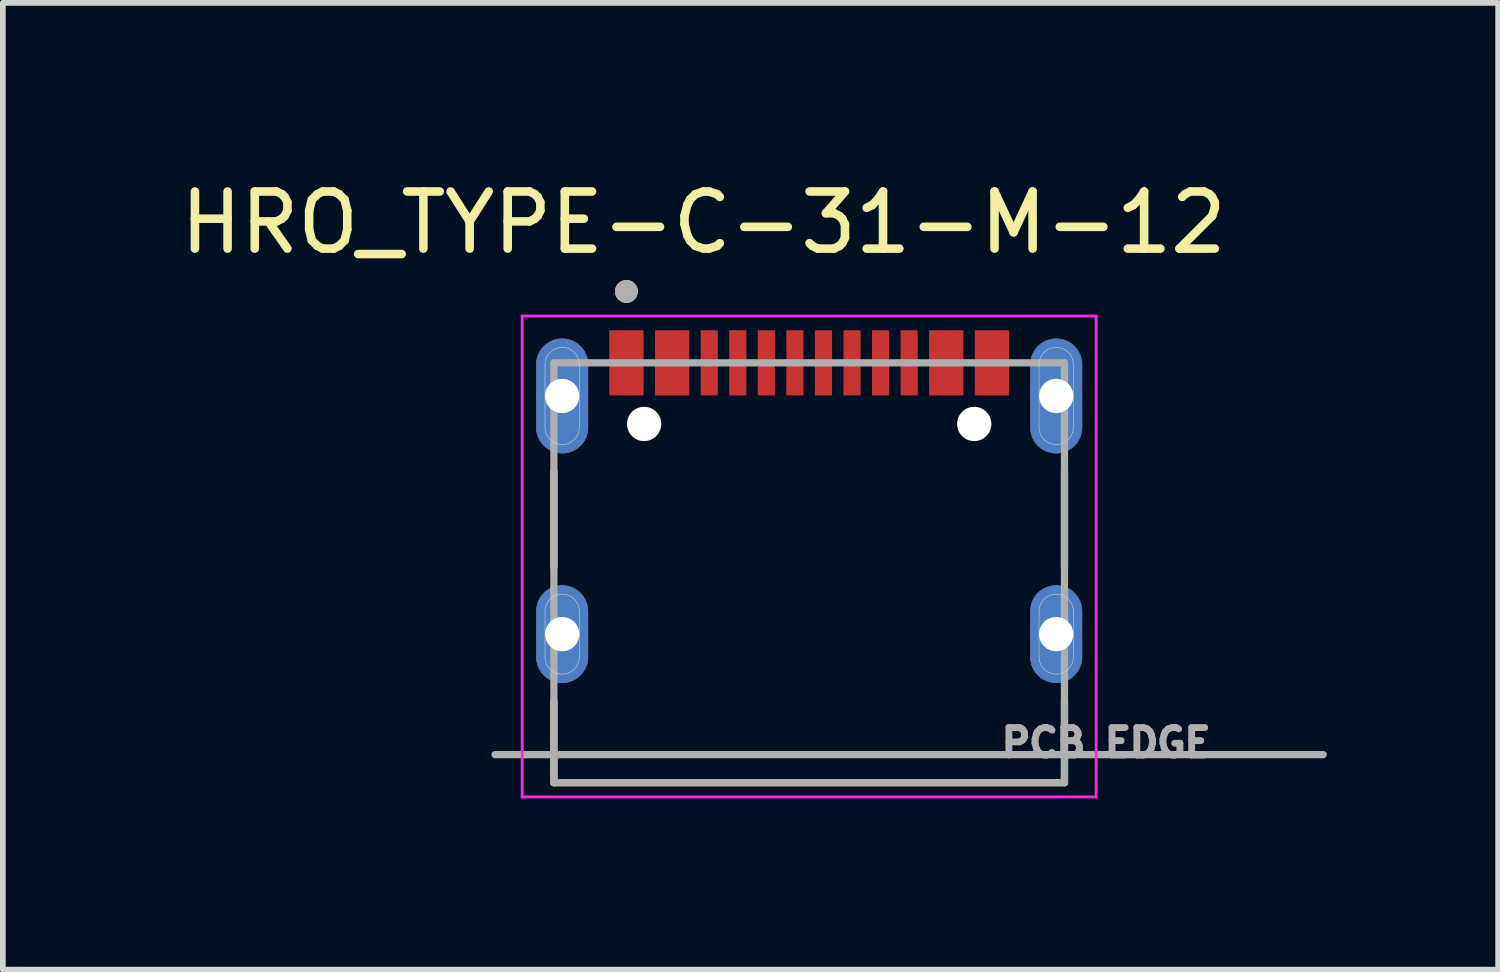
<source format=kicad_pcb>
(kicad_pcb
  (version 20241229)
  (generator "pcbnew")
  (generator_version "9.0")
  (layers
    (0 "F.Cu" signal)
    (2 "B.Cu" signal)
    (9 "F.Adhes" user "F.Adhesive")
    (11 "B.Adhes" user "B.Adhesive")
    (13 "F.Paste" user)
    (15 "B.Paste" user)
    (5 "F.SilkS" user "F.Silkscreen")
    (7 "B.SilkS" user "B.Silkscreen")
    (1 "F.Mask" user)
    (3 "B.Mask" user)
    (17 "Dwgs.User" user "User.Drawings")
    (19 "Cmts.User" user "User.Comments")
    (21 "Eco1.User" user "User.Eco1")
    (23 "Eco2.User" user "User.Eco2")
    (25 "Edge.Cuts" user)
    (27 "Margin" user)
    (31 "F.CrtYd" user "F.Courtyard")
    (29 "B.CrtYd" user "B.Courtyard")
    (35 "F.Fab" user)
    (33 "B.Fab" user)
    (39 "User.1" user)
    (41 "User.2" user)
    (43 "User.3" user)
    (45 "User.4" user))
  (footprint "HRO_TYPE-C-31-M-12"
    (layer "F.Cu")
    (at 11.118 8.053)
    (property "Reference" "HRO_TYPE-C-31-M-12" (at -1.85 -7.205 0) (layer "F.SilkS") (effects (font (size 1 1) (thickness 0.15))))
    (attr through_hole)
    (fp_poly (pts (xy -4.775 -3.62) (xy -4.775 -4.72) (xy -4.774 -4.744) (xy -4.773 -4.767) (xy -4.769 -4.79) (xy -4.765 -4.814) (xy -4.76 -4.836) (xy -4.753 -4.859) (xy -4.745 -4.881) (xy -4.736 -4.903) (xy -4.726 -4.924) (xy -4.715 -4.945) (xy -4.702 -4.965) (xy -4.689 -4.985) (xy -4.675 -5.003) (xy -4.659 -5.021) (xy -4.643 -5.038) (xy -4.626 -5.054) (xy -4.608 -5.07) (xy -4.59 -5.084) (xy -4.57 -5.097) (xy -4.55 -5.11) (xy -4.529 -5.121) (xy -4.508 -5.131) (xy -4.486 -5.14) (xy -4.464 -5.148) (xy -4.441 -5.155) (xy -4.419 -5.16) (xy -4.395 -5.164) (xy -4.372 -5.168) (xy -4.349 -5.169) (xy -4.325 -5.17) (xy -4.301 -5.169) (xy -4.278 -5.168) (xy -4.255 -5.164) (xy -4.231 -5.16) (xy -4.209 -5.155) (xy -4.186 -5.148) (xy -4.164 -5.14) (xy -4.142 -5.131) (xy -4.121 -5.121) (xy -4.1 -5.11) (xy -4.08 -5.097) (xy -4.06 -5.084) (xy -4.042 -5.07) (xy -4.024 -5.054) (xy -4.007 -5.038) (xy -3.991 -5.021) (xy -3.975 -5.003) (xy -3.961 -4.985) (xy -3.948 -4.965) (xy -3.935 -4.945) (xy -3.924 -4.924) (xy -3.914 -4.903) (xy -3.905 -4.881) (xy -3.897 -4.859) (xy -3.89 -4.836) (xy -3.885 -4.814) (xy -3.881 -4.79) (xy -3.877 -4.767) (xy -3.876 -4.744) (xy -3.875 -4.72) (xy -3.875 -3.62) (xy -3.876 -3.596) (xy -3.877 -3.573) (xy -3.881 -3.55) (xy -3.885 -3.526) (xy -3.89 -3.504) (xy -3.897 -3.481) (xy -3.905 -3.459) (xy -3.914 -3.437) (xy -3.924 -3.416) (xy -3.935 -3.395) (xy -3.948 -3.375) (xy -3.961 -3.355) (xy -3.975 -3.337) (xy -3.991 -3.319) (xy -4.007 -3.302) (xy -4.024 -3.286) (xy -4.042 -3.27) (xy -4.06 -3.256) (xy -4.08 -3.243) (xy -4.1 -3.23) (xy -4.121 -3.219) (xy -4.142 -3.209) (xy -4.164 -3.2) (xy -4.186 -3.192) (xy -4.209 -3.185) (xy -4.231 -3.18) (xy -4.255 -3.176) (xy -4.278 -3.172) (xy -4.301 -3.171) (xy -4.325 -3.17) (xy -4.349 -3.171) (xy -4.372 -3.172) (xy -4.395 -3.176) (xy -4.419 -3.18) (xy -4.441 -3.185) (xy -4.464 -3.192) (xy -4.486 -3.2) (xy -4.508 -3.209) (xy -4.529 -3.219) (xy -4.55 -3.23) (xy -4.57 -3.243) (xy -4.59 -3.256) (xy -4.608 -3.27) (xy -4.626 -3.286) (xy -4.643 -3.302) (xy -4.659 -3.319) (xy -4.675 -3.337) (xy -4.689 -3.355) (xy -4.702 -3.375) (xy -4.715 -3.395) (xy -4.726 -3.416) (xy -4.736 -3.437) (xy -4.745 -3.459) (xy -4.753 -3.481) (xy -4.76 -3.504) (xy -4.765 -3.526) (xy -4.769 -3.55) (xy -4.773 -3.573) (xy -4.774 -3.596) (xy -4.775 -3.62)) (stroke (width 0.01) (type solid)) (fill yes) (layer "F.Cu"))
    (fp_poly (pts (xy -4.775 0.4) (xy -4.775 -0.4) (xy -4.774 -0.424) (xy -4.773 -0.447) (xy -4.769 -0.47) (xy -4.765 -0.494) (xy -4.76 -0.516) (xy -4.753 -0.539) (xy -4.745 -0.561) (xy -4.736 -0.583) (xy -4.726 -0.604) (xy -4.715 -0.625) (xy -4.702 -0.645) (xy -4.689 -0.665) (xy -4.675 -0.683) (xy -4.659 -0.701) (xy -4.643 -0.718) (xy -4.626 -0.734) (xy -4.608 -0.75) (xy -4.59 -0.764) (xy -4.57 -0.777) (xy -4.55 -0.79) (xy -4.529 -0.801) (xy -4.508 -0.811) (xy -4.486 -0.82) (xy -4.464 -0.828) (xy -4.441 -0.835) (xy -4.419 -0.84) (xy -4.395 -0.844) (xy -4.372 -0.848) (xy -4.349 -0.849) (xy -4.325 -0.85) (xy -4.301 -0.849) (xy -4.278 -0.848) (xy -4.255 -0.844) (xy -4.231 -0.84) (xy -4.209 -0.835) (xy -4.186 -0.828) (xy -4.164 -0.82) (xy -4.142 -0.811) (xy -4.121 -0.801) (xy -4.1 -0.79) (xy -4.08 -0.777) (xy -4.06 -0.764) (xy -4.042 -0.75) (xy -4.024 -0.734) (xy -4.007 -0.718) (xy -3.991 -0.701) (xy -3.975 -0.683) (xy -3.961 -0.665) (xy -3.948 -0.645) (xy -3.935 -0.625) (xy -3.924 -0.604) (xy -3.914 -0.583) (xy -3.905 -0.561) (xy -3.897 -0.539) (xy -3.89 -0.516) (xy -3.885 -0.494) (xy -3.881 -0.47) (xy -3.877 -0.447) (xy -3.876 -0.424) (xy -3.875 -0.4) (xy -3.875 0.4) (xy -3.876 0.424) (xy -3.877 0.447) (xy -3.881 0.47) (xy -3.885 0.494) (xy -3.89 0.516) (xy -3.897 0.539) (xy -3.905 0.561) (xy -3.914 0.583) (xy -3.924 0.604) (xy -3.935 0.625) (xy -3.948 0.645) (xy -3.961 0.665) (xy -3.975 0.683) (xy -3.991 0.701) (xy -4.007 0.718) (xy -4.024 0.734) (xy -4.042 0.75) (xy -4.06 0.764) (xy -4.08 0.777) (xy -4.1 0.79) (xy -4.121 0.801) (xy -4.142 0.811) (xy -4.164 0.82) (xy -4.186 0.828) (xy -4.209 0.835) (xy -4.231 0.84) (xy -4.255 0.844) (xy -4.278 0.848) (xy -4.301 0.849) (xy -4.325 0.85) (xy -4.349 0.849) (xy -4.372 0.848) (xy -4.395 0.844) (xy -4.419 0.84) (xy -4.441 0.835) (xy -4.464 0.828) (xy -4.486 0.82) (xy -4.508 0.811) (xy -4.529 0.801) (xy -4.55 0.79) (xy -4.57 0.777) (xy -4.59 0.764) (xy -4.608 0.75) (xy -4.626 0.734) (xy -4.643 0.718) (xy -4.659 0.701) (xy -4.675 0.683) (xy -4.689 0.665) (xy -4.702 0.645) (xy -4.715 0.625) (xy -4.726 0.604) (xy -4.736 0.583) (xy -4.745 0.561) (xy -4.753 0.539) (xy -4.76 0.516) (xy -4.765 0.494) (xy -4.769 0.47) (xy -4.773 0.447) (xy -4.774 0.424) (xy -4.775 0.4)) (stroke (width 0.01) (type solid)) (fill yes) (layer "F.Cu"))
    (fp_poly (pts (xy 3.875 -3.62) (xy 3.875 -4.72) (xy 3.876 -4.744) (xy 3.877 -4.767) (xy 3.881 -4.79) (xy 3.885 -4.814) (xy 3.89 -4.836) (xy 3.897 -4.859) (xy 3.905 -4.881) (xy 3.914 -4.903) (xy 3.924 -4.924) (xy 3.935 -4.945) (xy 3.948 -4.965) (xy 3.961 -4.985) (xy 3.975 -5.003) (xy 3.991 -5.021) (xy 4.007 -5.038) (xy 4.024 -5.054) (xy 4.042 -5.07) (xy 4.06 -5.084) (xy 4.08 -5.097) (xy 4.1 -5.11) (xy 4.121 -5.121) (xy 4.142 -5.131) (xy 4.164 -5.14) (xy 4.186 -5.148) (xy 4.209 -5.155) (xy 4.231 -5.16) (xy 4.255 -5.164) (xy 4.278 -5.168) (xy 4.301 -5.169) (xy 4.325 -5.17) (xy 4.349 -5.169) (xy 4.372 -5.168) (xy 4.395 -5.164) (xy 4.419 -5.16) (xy 4.441 -5.155) (xy 4.464 -5.148) (xy 4.486 -5.14) (xy 4.508 -5.131) (xy 4.529 -5.121) (xy 4.55 -5.11) (xy 4.57 -5.097) (xy 4.59 -5.084) (xy 4.608 -5.07) (xy 4.626 -5.054) (xy 4.643 -5.038) (xy 4.659 -5.021) (xy 4.675 -5.003) (xy 4.689 -4.985) (xy 4.702 -4.965) (xy 4.715 -4.945) (xy 4.726 -4.924) (xy 4.736 -4.903) (xy 4.745 -4.881) (xy 4.753 -4.859) (xy 4.76 -4.836) (xy 4.765 -4.814) (xy 4.769 -4.79) (xy 4.773 -4.767) (xy 4.774 -4.744) (xy 4.775 -4.72) (xy 4.775 -3.62) (xy 4.774 -3.596) (xy 4.773 -3.573) (xy 4.769 -3.55) (xy 4.765 -3.526) (xy 4.76 -3.504) (xy 4.753 -3.481) (xy 4.745 -3.459) (xy 4.736 -3.437) (xy 4.726 -3.416) (xy 4.715 -3.395) (xy 4.702 -3.375) (xy 4.689 -3.355) (xy 4.675 -3.337) (xy 4.659 -3.319) (xy 4.643 -3.302) (xy 4.626 -3.286) (xy 4.608 -3.27) (xy 4.59 -3.256) (xy 4.57 -3.243) (xy 4.55 -3.23) (xy 4.529 -3.219) (xy 4.508 -3.209) (xy 4.486 -3.2) (xy 4.464 -3.192) (xy 4.441 -3.185) (xy 4.419 -3.18) (xy 4.395 -3.176) (xy 4.372 -3.172) (xy 4.349 -3.171) (xy 4.325 -3.17) (xy 4.301 -3.171) (xy 4.278 -3.172) (xy 4.255 -3.176) (xy 4.231 -3.18) (xy 4.209 -3.185) (xy 4.186 -3.192) (xy 4.164 -3.2) (xy 4.142 -3.209) (xy 4.121 -3.219) (xy 4.1 -3.23) (xy 4.08 -3.243) (xy 4.06 -3.256) (xy 4.042 -3.27) (xy 4.024 -3.286) (xy 4.007 -3.302) (xy 3.991 -3.319) (xy 3.975 -3.337) (xy 3.961 -3.355) (xy 3.948 -3.375) (xy 3.935 -3.395) (xy 3.924 -3.416) (xy 3.914 -3.437) (xy 3.905 -3.459) (xy 3.897 -3.481) (xy 3.89 -3.504) (xy 3.885 -3.526) (xy 3.881 -3.55) (xy 3.877 -3.573) (xy 3.876 -3.596) (xy 3.875 -3.62)) (stroke (width 0.01) (type solid)) (fill yes) (layer "F.Cu"))
    (fp_poly (pts (xy 3.875 0.4) (xy 3.875 -0.4) (xy 3.876 -0.424) (xy 3.877 -0.447) (xy 3.881 -0.47) (xy 3.885 -0.494) (xy 3.89 -0.516) (xy 3.897 -0.539) (xy 3.905 -0.561) (xy 3.914 -0.583) (xy 3.924 -0.604) (xy 3.935 -0.625) (xy 3.948 -0.645) (xy 3.961 -0.665) (xy 3.975 -0.683) (xy 3.991 -0.701) (xy 4.007 -0.718) (xy 4.024 -0.734) (xy 4.042 -0.75) (xy 4.06 -0.764) (xy 4.08 -0.777) (xy 4.1 -0.79) (xy 4.121 -0.801) (xy 4.142 -0.811) (xy 4.164 -0.82) (xy 4.186 -0.828) (xy 4.209 -0.835) (xy 4.231 -0.84) (xy 4.255 -0.844) (xy 4.278 -0.848) (xy 4.301 -0.849) (xy 4.325 -0.85) (xy 4.349 -0.849) (xy 4.372 -0.848) (xy 4.395 -0.844) (xy 4.419 -0.84) (xy 4.441 -0.835) (xy 4.464 -0.828) (xy 4.486 -0.82) (xy 4.508 -0.811) (xy 4.529 -0.801) (xy 4.55 -0.79) (xy 4.57 -0.777) (xy 4.59 -0.764) (xy 4.608 -0.75) (xy 4.626 -0.734) (xy 4.643 -0.718) (xy 4.659 -0.701) (xy 4.675 -0.683) (xy 4.689 -0.665) (xy 4.702 -0.645) (xy 4.715 -0.625) (xy 4.726 -0.604) (xy 4.736 -0.583) (xy 4.745 -0.561) (xy 4.753 -0.539) (xy 4.76 -0.516) (xy 4.765 -0.494) (xy 4.769 -0.47) (xy 4.773 -0.447) (xy 4.774 -0.424) (xy 4.775 -0.4) (xy 4.775 0.4) (xy 4.774 0.424) (xy 4.773 0.447) (xy 4.769 0.47) (xy 4.765 0.494) (xy 4.76 0.516) (xy 4.753 0.539) (xy 4.745 0.561) (xy 4.736 0.583) (xy 4.726 0.604) (xy 4.715 0.625) (xy 4.702 0.645) (xy 4.689 0.665) (xy 4.675 0.683) (xy 4.659 0.701) (xy 4.643 0.718) (xy 4.626 0.734) (xy 4.608 0.75) (xy 4.59 0.764) (xy 4.57 0.777) (xy 4.55 0.79) (xy 4.529 0.801) (xy 4.508 0.811) (xy 4.486 0.82) (xy 4.464 0.828) (xy 4.441 0.835) (xy 4.419 0.84) (xy 4.395 0.844) (xy 4.372 0.848) (xy 4.349 0.849) (xy 4.325 0.85) (xy 4.301 0.849) (xy 4.278 0.848) (xy 4.255 0.844) (xy 4.231 0.84) (xy 4.209 0.835) (xy 4.186 0.828) (xy 4.164 0.82) (xy 4.142 0.811) (xy 4.121 0.801) (xy 4.1 0.79) (xy 4.08 0.777) (xy 4.06 0.764) (xy 4.042 0.75) (xy 4.024 0.734) (xy 4.007 0.718) (xy 3.991 0.701) (xy 3.975 0.683) (xy 3.961 0.665) (xy 3.948 0.645) (xy 3.935 0.625) (xy 3.924 0.604) (xy 3.914 0.583) (xy 3.905 0.561) (xy 3.897 0.539) (xy 3.89 0.516) (xy 3.885 0.494) (xy 3.881 0.47) (xy 3.877 0.447) (xy 3.876 0.424) (xy 3.875 0.4)) (stroke (width 0.01) (type solid)) (fill yes) (layer "F.Cu"))
    (fp_poly (pts (xy -3.55 -5.37) (xy -2.85 -5.37) (xy -2.85 -4.13) (xy -3.55 -4.13)) (stroke (width 0.01) (type solid)) (fill yes) (layer "F.Mask"))
    (fp_poly (pts (xy -2.75 -5.37) (xy -2.05 -5.37) (xy -2.05 -4.13) (xy -2.75 -4.13)) (stroke (width 0.01) (type solid)) (fill yes) (layer "F.Mask"))
    (fp_poly (pts (xy -1.95 -5.37) (xy -1.55 -5.37) (xy -1.55 -4.13) (xy -1.95 -4.13)) (stroke (width 0.01) (type solid)) (fill yes) (layer "F.Mask"))
    (fp_poly (pts (xy -1.45 -5.37) (xy -1.05 -5.37) (xy -1.05 -4.13) (xy -1.45 -4.13)) (stroke (width 0.01) (type solid)) (fill yes) (layer "F.Mask"))
    (fp_poly (pts (xy -0.95 -5.37) (xy -0.55 -5.37) (xy -0.55 -4.13) (xy -0.95 -4.13)) (stroke (width 0.01) (type solid)) (fill yes) (layer "F.Mask"))
    (fp_poly (pts (xy -0.45 -5.37) (xy -0.05 -5.37) (xy -0.05 -4.13) (xy -0.45 -4.13)) (stroke (width 0.01) (type solid)) (fill yes) (layer "F.Mask"))
    (fp_poly (pts (xy 0.05 -5.37) (xy 0.45 -5.37) (xy 0.45 -4.13) (xy 0.05 -4.13)) (stroke (width 0.01) (type solid)) (fill yes) (layer "F.Mask"))
    (fp_poly (pts (xy 0.55 -5.37) (xy 0.95 -5.37) (xy 0.95 -4.13) (xy 0.55 -4.13)) (stroke (width 0.01) (type solid)) (fill yes) (layer "F.Mask"))
    (fp_poly (pts (xy 1.05 -5.37) (xy 1.45 -5.37) (xy 1.45 -4.13) (xy 1.05 -4.13)) (stroke (width 0.01) (type solid)) (fill yes) (layer "F.Mask"))
    (fp_poly (pts (xy 1.55 -5.37) (xy 1.95 -5.37) (xy 1.95 -4.13) (xy 1.55 -4.13)) (stroke (width 0.01) (type solid)) (fill yes) (layer "F.Mask"))
    (fp_poly (pts (xy 2.05 -5.37) (xy 2.75 -5.37) (xy 2.75 -4.13) (xy 2.05 -4.13)) (stroke (width 0.01) (type solid)) (fill yes) (layer "F.Mask"))
    (fp_poly (pts (xy 2.85 -5.37) (xy 3.55 -5.37) (xy 3.55 -4.13) (xy 2.85 -4.13)) (stroke (width 0.01) (type solid)) (fill yes) (layer "F.Mask"))
    (fp_poly (pts (xy -4.825 -3.62) (xy -4.825 -4.72) (xy -4.824 -4.746) (xy -4.822 -4.772) (xy -4.819 -4.798) (xy -4.814 -4.824) (xy -4.808 -4.849) (xy -4.801 -4.875) (xy -4.792 -4.899) (xy -4.782 -4.923) (xy -4.771 -4.947) (xy -4.758 -4.97) (xy -4.744 -4.992) (xy -4.73 -5.014) (xy -4.714 -5.035) (xy -4.697 -5.055) (xy -4.679 -5.074) (xy -4.66 -5.092) (xy -4.64 -5.109) (xy -4.619 -5.125) (xy -4.597 -5.139) (xy -4.575 -5.153) (xy -4.552 -5.166) (xy -4.528 -5.177) (xy -4.504 -5.187) (xy -4.48 -5.196) (xy -4.454 -5.203) (xy -4.429 -5.209) (xy -4.403 -5.214) (xy -4.377 -5.217) (xy -4.351 -5.219) (xy -4.325 -5.22) (xy -4.299 -5.219) (xy -4.273 -5.217) (xy -4.247 -5.214) (xy -4.221 -5.209) (xy -4.196 -5.203) (xy -4.17 -5.196) (xy -4.146 -5.187) (xy -4.122 -5.177) (xy -4.098 -5.166) (xy -4.075 -5.153) (xy -4.053 -5.139) (xy -4.031 -5.125) (xy -4.01 -5.109) (xy -3.99 -5.092) (xy -3.971 -5.074) (xy -3.953 -5.055) (xy -3.936 -5.035) (xy -3.92 -5.014) (xy -3.906 -4.992) (xy -3.892 -4.97) (xy -3.879 -4.947) (xy -3.868 -4.923) (xy -3.858 -4.899) (xy -3.849 -4.875) (xy -3.842 -4.849) (xy -3.836 -4.824) (xy -3.831 -4.798) (xy -3.828 -4.772) (xy -3.826 -4.746) (xy -3.825 -4.72) (xy -3.825 -3.62) (xy -3.826 -3.594) (xy -3.828 -3.568) (xy -3.831 -3.542) (xy -3.836 -3.516) (xy -3.842 -3.491) (xy -3.849 -3.465) (xy -3.858 -3.441) (xy -3.868 -3.417) (xy -3.879 -3.393) (xy -3.892 -3.37) (xy -3.906 -3.348) (xy -3.92 -3.326) (xy -3.936 -3.305) (xy -3.953 -3.285) (xy -3.971 -3.266) (xy -3.99 -3.248) (xy -4.01 -3.231) (xy -4.031 -3.215) (xy -4.053 -3.201) (xy -4.075 -3.187) (xy -4.098 -3.174) (xy -4.122 -3.163) (xy -4.146 -3.153) (xy -4.17 -3.144) (xy -4.196 -3.137) (xy -4.221 -3.131) (xy -4.247 -3.126) (xy -4.273 -3.123) (xy -4.299 -3.121) (xy -4.325 -3.12) (xy -4.351 -3.121) (xy -4.377 -3.123) (xy -4.403 -3.126) (xy -4.429 -3.131) (xy -4.454 -3.137) (xy -4.48 -3.144) (xy -4.504 -3.153) (xy -4.528 -3.163) (xy -4.552 -3.174) (xy -4.575 -3.187) (xy -4.597 -3.201) (xy -4.619 -3.215) (xy -4.64 -3.231) (xy -4.66 -3.248) (xy -4.679 -3.266) (xy -4.697 -3.285) (xy -4.714 -3.305) (xy -4.73 -3.326) (xy -4.744 -3.348) (xy -4.758 -3.37) (xy -4.771 -3.393) (xy -4.782 -3.417) (xy -4.792 -3.441) (xy -4.801 -3.465) (xy -4.808 -3.491) (xy -4.814 -3.516) (xy -4.819 -3.542) (xy -4.822 -3.568) (xy -4.824 -3.594) (xy -4.825 -3.62)) (stroke (width 0.01) (type solid)) (fill yes) (layer "F.Mask"))
    (fp_poly (pts (xy -4.825 0.4) (xy -4.825 -0.4) (xy -4.824 -0.426) (xy -4.822 -0.452) (xy -4.819 -0.478) (xy -4.814 -0.504) (xy -4.808 -0.529) (xy -4.801 -0.555) (xy -4.792 -0.579) (xy -4.782 -0.603) (xy -4.771 -0.627) (xy -4.758 -0.65) (xy -4.744 -0.672) (xy -4.73 -0.694) (xy -4.714 -0.715) (xy -4.697 -0.735) (xy -4.679 -0.754) (xy -4.66 -0.772) (xy -4.64 -0.789) (xy -4.619 -0.805) (xy -4.597 -0.819) (xy -4.575 -0.833) (xy -4.552 -0.846) (xy -4.528 -0.857) (xy -4.504 -0.867) (xy -4.48 -0.876) (xy -4.454 -0.883) (xy -4.429 -0.889) (xy -4.403 -0.894) (xy -4.377 -0.897) (xy -4.351 -0.899) (xy -4.325 -0.9) (xy -4.299 -0.899) (xy -4.273 -0.897) (xy -4.247 -0.894) (xy -4.221 -0.889) (xy -4.196 -0.883) (xy -4.17 -0.876) (xy -4.146 -0.867) (xy -4.122 -0.857) (xy -4.098 -0.846) (xy -4.075 -0.833) (xy -4.053 -0.819) (xy -4.031 -0.805) (xy -4.01 -0.789) (xy -3.99 -0.772) (xy -3.971 -0.754) (xy -3.953 -0.735) (xy -3.936 -0.715) (xy -3.92 -0.694) (xy -3.906 -0.672) (xy -3.892 -0.65) (xy -3.879 -0.627) (xy -3.868 -0.603) (xy -3.858 -0.579) (xy -3.849 -0.555) (xy -3.842 -0.529) (xy -3.836 -0.504) (xy -3.831 -0.478) (xy -3.828 -0.452) (xy -3.826 -0.426) (xy -3.825 -0.4) (xy -3.825 0.4) (xy -3.826 0.426) (xy -3.828 0.452) (xy -3.831 0.478) (xy -3.836 0.504) (xy -3.842 0.529) (xy -3.849 0.555) (xy -3.858 0.579) (xy -3.868 0.603) (xy -3.879 0.627) (xy -3.892 0.65) (xy -3.906 0.672) (xy -3.92 0.694) (xy -3.936 0.715) (xy -3.953 0.735) (xy -3.971 0.754) (xy -3.99 0.772) (xy -4.01 0.789) (xy -4.031 0.805) (xy -4.053 0.819) (xy -4.075 0.833) (xy -4.098 0.846) (xy -4.122 0.857) (xy -4.146 0.867) (xy -4.17 0.876) (xy -4.196 0.883) (xy -4.221 0.889) (xy -4.247 0.894) (xy -4.273 0.897) (xy -4.299 0.899) (xy -4.325 0.9) (xy -4.351 0.899) (xy -4.377 0.897) (xy -4.403 0.894) (xy -4.429 0.889) (xy -4.454 0.883) (xy -4.48 0.876) (xy -4.504 0.867) (xy -4.528 0.857) (xy -4.552 0.846) (xy -4.575 0.833) (xy -4.597 0.819) (xy -4.619 0.805) (xy -4.64 0.789) (xy -4.66 0.772) (xy -4.679 0.754) (xy -4.697 0.735) (xy -4.714 0.715) (xy -4.73 0.694) (xy -4.744 0.672) (xy -4.758 0.65) (xy -4.771 0.627) (xy -4.782 0.603) (xy -4.792 0.579) (xy -4.801 0.555) (xy -4.808 0.529) (xy -4.814 0.504) (xy -4.819 0.478) (xy -4.822 0.452) (xy -4.824 0.426) (xy -4.825 0.4)) (stroke (width 0.01) (type solid)) (fill yes) (layer "F.Mask"))
    (fp_poly (pts (xy 3.825 -3.63) (xy 3.825 -4.73) (xy 3.826 -4.76) (xy 3.829 -4.785) (xy 3.832 -4.811) (xy 3.838 -4.836) (xy 3.844 -4.861) (xy 3.852 -4.886) (xy 3.861 -4.91) (xy 3.871 -4.934) (xy 3.883 -4.957) (xy 3.896 -4.98) (xy 3.91 -5.002) (xy 3.925 -5.023) (xy 3.941 -5.043) (xy 3.958 -5.063) (xy 3.976 -5.081) (xy 3.995 -5.099) (xy 4.015 -5.115) (xy 4.036 -5.131) (xy 4.058 -5.145) (xy 4.08 -5.158) (xy 4.103 -5.17) (xy 4.127 -5.181) (xy 4.151 -5.19) (xy 4.175 -5.198) (xy 4.2 -5.205) (xy 4.226 -5.211) (xy 4.251 -5.215) (xy 4.277 -5.218) (xy 4.303 -5.22) (xy 4.325 -5.22) (xy 4.351 -5.219) (xy 4.377 -5.217) (xy 4.403 -5.214) (xy 4.429 -5.209) (xy 4.454 -5.203) (xy 4.48 -5.196) (xy 4.504 -5.187) (xy 4.528 -5.177) (xy 4.552 -5.166) (xy 4.575 -5.153) (xy 4.597 -5.139) (xy 4.619 -5.125) (xy 4.64 -5.109) (xy 4.66 -5.092) (xy 4.679 -5.074) (xy 4.697 -5.055) (xy 4.714 -5.035) (xy 4.73 -5.014) (xy 4.744 -4.992) (xy 4.758 -4.97) (xy 4.771 -4.947) (xy 4.782 -4.923) (xy 4.792 -4.899) (xy 4.801 -4.875) (xy 4.808 -4.849) (xy 4.814 -4.824) (xy 4.819 -4.798) (xy 4.822 -4.772) (xy 4.824 -4.746) (xy 4.825 -4.72) (xy 4.825 -3.62) (xy 4.824 -3.594) (xy 4.822 -3.568) (xy 4.819 -3.542) (xy 4.814 -3.516) (xy 4.808 -3.491) (xy 4.801 -3.465) (xy 4.792 -3.441) (xy 4.782 -3.417) (xy 4.771 -3.393) (xy 4.758 -3.37) (xy 4.744 -3.348) (xy 4.73 -3.326) (xy 4.714 -3.305) (xy 4.697 -3.285) (xy 4.679 -3.266) (xy 4.66 -3.248) (xy 4.64 -3.231) (xy 4.619 -3.215) (xy 4.597 -3.201) (xy 4.575 -3.187) (xy 4.552 -3.174) (xy 4.528 -3.163) (xy 4.504 -3.153) (xy 4.48 -3.144) (xy 4.454 -3.137) (xy 4.429 -3.131) (xy 4.403 -3.126) (xy 4.377 -3.123) (xy 4.351 -3.121) (xy 4.325 -3.12) (xy 4.295 -3.121) (xy 4.268 -3.124) (xy 4.242 -3.128) (xy 4.216 -3.133) (xy 4.191 -3.14) (xy 4.166 -3.147) (xy 4.141 -3.157) (xy 4.117 -3.167) (xy 4.093 -3.179) (xy 4.07 -3.192) (xy 4.048 -3.206) (xy 4.026 -3.222) (xy 4.005 -3.238) (xy 3.986 -3.256) (xy 3.967 -3.274) (xy 3.949 -3.294) (xy 3.932 -3.314) (xy 3.916 -3.335) (xy 3.902 -3.357) (xy 3.888 -3.38) (xy 3.876 -3.404) (xy 3.865 -3.428) (xy 3.855 -3.452) (xy 3.847 -3.477) (xy 3.84 -3.503) (xy 3.834 -3.529) (xy 3.83 -3.555) (xy 3.827 -3.581) (xy 3.825 -3.607) (xy 3.825 -3.63)) (stroke (width 0.01) (type solid)) (fill yes) (layer "F.Mask"))
    (fp_poly (pts (xy 3.825 0.4) (xy 3.825 -0.4) (xy 3.826 -0.426) (xy 3.828 -0.452) (xy 3.831 -0.478) (xy 3.836 -0.504) (xy 3.842 -0.529) (xy 3.849 -0.555) (xy 3.858 -0.579) (xy 3.868 -0.603) (xy 3.879 -0.627) (xy 3.892 -0.65) (xy 3.906 -0.672) (xy 3.92 -0.694) (xy 3.936 -0.715) (xy 3.953 -0.735) (xy 3.971 -0.754) (xy 3.99 -0.772) (xy 4.01 -0.789) (xy 4.031 -0.805) (xy 4.053 -0.819) (xy 4.075 -0.833) (xy 4.098 -0.846) (xy 4.122 -0.857) (xy 4.146 -0.867) (xy 4.17 -0.876) (xy 4.196 -0.883) (xy 4.221 -0.889) (xy 4.247 -0.894) (xy 4.273 -0.897) (xy 4.299 -0.899) (xy 4.325 -0.9) (xy 4.351 -0.899) (xy 4.377 -0.897) (xy 4.403 -0.894) (xy 4.429 -0.889) (xy 4.454 -0.883) (xy 4.48 -0.876) (xy 4.504 -0.867) (xy 4.528 -0.857) (xy 4.552 -0.846) (xy 4.575 -0.833) (xy 4.597 -0.819) (xy 4.619 -0.805) (xy 4.64 -0.789) (xy 4.66 -0.772) (xy 4.679 -0.754) (xy 4.697 -0.735) (xy 4.714 -0.715) (xy 4.73 -0.694) (xy 4.744 -0.672) (xy 4.758 -0.65) (xy 4.771 -0.627) (xy 4.782 -0.603) (xy 4.792 -0.579) (xy 4.801 -0.555) (xy 4.808 -0.529) (xy 4.814 -0.504) (xy 4.819 -0.478) (xy 4.822 -0.452) (xy 4.824 -0.426) (xy 4.825 -0.4) (xy 4.825 0.4) (xy 4.824 0.426) (xy 4.822 0.452) (xy 4.819 0.478) (xy 4.814 0.504) (xy 4.808 0.529) (xy 4.801 0.555) (xy 4.792 0.579) (xy 4.782 0.603) (xy 4.771 0.627) (xy 4.758 0.65) (xy 4.744 0.672) (xy 4.73 0.694) (xy 4.714 0.715) (xy 4.697 0.735) (xy 4.679 0.754) (xy 4.66 0.772) (xy 4.64 0.789) (xy 4.619 0.805) (xy 4.597 0.819) (xy 4.575 0.833) (xy 4.552 0.846) (xy 4.528 0.857) (xy 4.504 0.867) (xy 4.48 0.876) (xy 4.454 0.883) (xy 4.429 0.889) (xy 4.403 0.894) (xy 4.377 0.897) (xy 4.351 0.899) (xy 4.325 0.9) (xy 4.299 0.899) (xy 4.273 0.897) (xy 4.247 0.894) (xy 4.221 0.889) (xy 4.196 0.883) (xy 4.17 0.876) (xy 4.146 0.867) (xy 4.122 0.857) (xy 4.098 0.846) (xy 4.075 0.833) (xy 4.053 0.819) (xy 4.031 0.805) (xy 4.01 0.789) (xy 3.99 0.772) (xy 3.971 0.754) (xy 3.953 0.735) (xy 3.936 0.715) (xy 3.92 0.694) (xy 3.906 0.672) (xy 3.892 0.65) (xy 3.879 0.627) (xy 3.868 0.603) (xy 3.858 0.579) (xy 3.849 0.555) (xy 3.842 0.529) (xy 3.836 0.504) (xy 3.831 0.478) (xy 3.828 0.452) (xy 3.826 0.426) (xy 3.825 0.4)) (stroke (width 0.01) (type solid)) (fill yes) (layer "F.Mask"))
    (fp_poly (pts (xy -4.775 -3.62) (xy -4.775 -4.72) (xy -4.774 -4.744) (xy -4.773 -4.767) (xy -4.769 -4.79) (xy -4.765 -4.814) (xy -4.76 -4.836) (xy -4.753 -4.859) (xy -4.745 -4.881) (xy -4.736 -4.903) (xy -4.726 -4.924) (xy -4.715 -4.945) (xy -4.702 -4.965) (xy -4.689 -4.985) (xy -4.675 -5.003) (xy -4.659 -5.021) (xy -4.643 -5.038) (xy -4.626 -5.054) (xy -4.608 -5.07) (xy -4.59 -5.084) (xy -4.57 -5.097) (xy -4.55 -5.11) (xy -4.529 -5.121) (xy -4.508 -5.131) (xy -4.486 -5.14) (xy -4.464 -5.148) (xy -4.441 -5.155) (xy -4.419 -5.16) (xy -4.395 -5.164) (xy -4.372 -5.168) (xy -4.349 -5.169) (xy -4.325 -5.17) (xy -4.301 -5.169) (xy -4.278 -5.168) (xy -4.255 -5.164) (xy -4.231 -5.16) (xy -4.209 -5.155) (xy -4.186 -5.148) (xy -4.164 -5.14) (xy -4.142 -5.131) (xy -4.121 -5.121) (xy -4.1 -5.11) (xy -4.08 -5.097) (xy -4.06 -5.084) (xy -4.042 -5.07) (xy -4.024 -5.054) (xy -4.007 -5.038) (xy -3.991 -5.021) (xy -3.975 -5.003) (xy -3.961 -4.985) (xy -3.948 -4.965) (xy -3.935 -4.945) (xy -3.924 -4.924) (xy -3.914 -4.903) (xy -3.905 -4.881) (xy -3.897 -4.859) (xy -3.89 -4.836) (xy -3.885 -4.814) (xy -3.881 -4.79) (xy -3.877 -4.767) (xy -3.876 -4.744) (xy -3.875 -4.72) (xy -3.875 -3.62) (xy -3.876 -3.596) (xy -3.877 -3.573) (xy -3.881 -3.55) (xy -3.885 -3.526) (xy -3.89 -3.504) (xy -3.897 -3.481) (xy -3.905 -3.459) (xy -3.914 -3.437) (xy -3.924 -3.416) (xy -3.935 -3.395) (xy -3.948 -3.375) (xy -3.961 -3.355) (xy -3.975 -3.337) (xy -3.991 -3.319) (xy -4.007 -3.302) (xy -4.024 -3.286) (xy -4.042 -3.27) (xy -4.06 -3.256) (xy -4.08 -3.243) (xy -4.1 -3.23) (xy -4.121 -3.219) (xy -4.142 -3.209) (xy -4.164 -3.2) (xy -4.186 -3.192) (xy -4.209 -3.185) (xy -4.231 -3.18) (xy -4.255 -3.176) (xy -4.278 -3.172) (xy -4.301 -3.171) (xy -4.325 -3.17) (xy -4.349 -3.171) (xy -4.372 -3.172) (xy -4.395 -3.176) (xy -4.419 -3.18) (xy -4.441 -3.185) (xy -4.464 -3.192) (xy -4.486 -3.2) (xy -4.508 -3.209) (xy -4.529 -3.219) (xy -4.55 -3.23) (xy -4.57 -3.243) (xy -4.59 -3.256) (xy -4.608 -3.27) (xy -4.626 -3.286) (xy -4.643 -3.302) (xy -4.659 -3.319) (xy -4.675 -3.337) (xy -4.689 -3.355) (xy -4.702 -3.375) (xy -4.715 -3.395) (xy -4.726 -3.416) (xy -4.736 -3.437) (xy -4.745 -3.459) (xy -4.753 -3.481) (xy -4.76 -3.504) (xy -4.765 -3.526) (xy -4.769 -3.55) (xy -4.773 -3.573) (xy -4.774 -3.596) (xy -4.775 -3.62)) (stroke (width 0.01) (type solid)) (fill yes) (layer "B.Cu"))
    (fp_poly (pts (xy -4.775 0.4) (xy -4.775 -0.4) (xy -4.774 -0.424) (xy -4.773 -0.447) (xy -4.769 -0.47) (xy -4.765 -0.494) (xy -4.76 -0.516) (xy -4.753 -0.539) (xy -4.745 -0.561) (xy -4.736 -0.583) (xy -4.726 -0.604) (xy -4.715 -0.625) (xy -4.702 -0.645) (xy -4.689 -0.665) (xy -4.675 -0.683) (xy -4.659 -0.701) (xy -4.643 -0.718) (xy -4.626 -0.734) (xy -4.608 -0.75) (xy -4.59 -0.764) (xy -4.57 -0.777) (xy -4.55 -0.79) (xy -4.529 -0.801) (xy -4.508 -0.811) (xy -4.486 -0.82) (xy -4.464 -0.828) (xy -4.441 -0.835) (xy -4.419 -0.84) (xy -4.395 -0.844) (xy -4.372 -0.848) (xy -4.349 -0.849) (xy -4.325 -0.85) (xy -4.301 -0.849) (xy -4.278 -0.848) (xy -4.255 -0.844) (xy -4.231 -0.84) (xy -4.209 -0.835) (xy -4.186 -0.828) (xy -4.164 -0.82) (xy -4.142 -0.811) (xy -4.121 -0.801) (xy -4.1 -0.79) (xy -4.08 -0.777) (xy -4.06 -0.764) (xy -4.042 -0.75) (xy -4.024 -0.734) (xy -4.007 -0.718) (xy -3.991 -0.701) (xy -3.975 -0.683) (xy -3.961 -0.665) (xy -3.948 -0.645) (xy -3.935 -0.625) (xy -3.924 -0.604) (xy -3.914 -0.583) (xy -3.905 -0.561) (xy -3.897 -0.539) (xy -3.89 -0.516) (xy -3.885 -0.494) (xy -3.881 -0.47) (xy -3.877 -0.447) (xy -3.876 -0.424) (xy -3.875 -0.4) (xy -3.875 0.4) (xy -3.876 0.424) (xy -3.877 0.447) (xy -3.881 0.47) (xy -3.885 0.494) (xy -3.89 0.516) (xy -3.897 0.539) (xy -3.905 0.561) (xy -3.914 0.583) (xy -3.924 0.604) (xy -3.935 0.625) (xy -3.948 0.645) (xy -3.961 0.665) (xy -3.975 0.683) (xy -3.991 0.701) (xy -4.007 0.718) (xy -4.024 0.734) (xy -4.042 0.75) (xy -4.06 0.764) (xy -4.08 0.777) (xy -4.1 0.79) (xy -4.121 0.801) (xy -4.142 0.811) (xy -4.164 0.82) (xy -4.186 0.828) (xy -4.209 0.835) (xy -4.231 0.84) (xy -4.255 0.844) (xy -4.278 0.848) (xy -4.301 0.849) (xy -4.325 0.85) (xy -4.349 0.849) (xy -4.372 0.848) (xy -4.395 0.844) (xy -4.419 0.84) (xy -4.441 0.835) (xy -4.464 0.828) (xy -4.486 0.82) (xy -4.508 0.811) (xy -4.529 0.801) (xy -4.55 0.79) (xy -4.57 0.777) (xy -4.59 0.764) (xy -4.608 0.75) (xy -4.626 0.734) (xy -4.643 0.718) (xy -4.659 0.701) (xy -4.675 0.683) (xy -4.689 0.665) (xy -4.702 0.645) (xy -4.715 0.625) (xy -4.726 0.604) (xy -4.736 0.583) (xy -4.745 0.561) (xy -4.753 0.539) (xy -4.76 0.516) (xy -4.765 0.494) (xy -4.769 0.47) (xy -4.773 0.447) (xy -4.774 0.424) (xy -4.775 0.4)) (stroke (width 0.01) (type solid)) (fill yes) (layer "B.Cu"))
    (fp_poly (pts (xy 3.875 -3.62) (xy 3.875 -4.72) (xy 3.876 -4.744) (xy 3.877 -4.767) (xy 3.881 -4.79) (xy 3.885 -4.814) (xy 3.89 -4.836) (xy 3.897 -4.859) (xy 3.905 -4.881) (xy 3.914 -4.903) (xy 3.924 -4.924) (xy 3.935 -4.945) (xy 3.948 -4.965) (xy 3.961 -4.985) (xy 3.975 -5.003) (xy 3.991 -5.021) (xy 4.007 -5.038) (xy 4.024 -5.054) (xy 4.042 -5.07) (xy 4.06 -5.084) (xy 4.08 -5.097) (xy 4.1 -5.11) (xy 4.121 -5.121) (xy 4.142 -5.131) (xy 4.164 -5.14) (xy 4.186 -5.148) (xy 4.209 -5.155) (xy 4.231 -5.16) (xy 4.255 -5.164) (xy 4.278 -5.168) (xy 4.301 -5.169) (xy 4.325 -5.17) (xy 4.349 -5.169) (xy 4.372 -5.168) (xy 4.395 -5.164) (xy 4.419 -5.16) (xy 4.441 -5.155) (xy 4.464 -5.148) (xy 4.486 -5.14) (xy 4.508 -5.131) (xy 4.529 -5.121) (xy 4.55 -5.11) (xy 4.57 -5.097) (xy 4.59 -5.084) (xy 4.608 -5.07) (xy 4.626 -5.054) (xy 4.643 -5.038) (xy 4.659 -5.021) (xy 4.675 -5.003) (xy 4.689 -4.985) (xy 4.702 -4.965) (xy 4.715 -4.945) (xy 4.726 -4.924) (xy 4.736 -4.903) (xy 4.745 -4.881) (xy 4.753 -4.859) (xy 4.76 -4.836) (xy 4.765 -4.814) (xy 4.769 -4.79) (xy 4.773 -4.767) (xy 4.774 -4.744) (xy 4.775 -4.72) (xy 4.775 -3.62) (xy 4.774 -3.596) (xy 4.773 -3.573) (xy 4.769 -3.55) (xy 4.765 -3.526) (xy 4.76 -3.504) (xy 4.753 -3.481) (xy 4.745 -3.459) (xy 4.736 -3.437) (xy 4.726 -3.416) (xy 4.715 -3.395) (xy 4.702 -3.375) (xy 4.689 -3.355) (xy 4.675 -3.337) (xy 4.659 -3.319) (xy 4.643 -3.302) (xy 4.626 -3.286) (xy 4.608 -3.27) (xy 4.59 -3.256) (xy 4.57 -3.243) (xy 4.55 -3.23) (xy 4.529 -3.219) (xy 4.508 -3.209) (xy 4.486 -3.2) (xy 4.464 -3.192) (xy 4.441 -3.185) (xy 4.419 -3.18) (xy 4.395 -3.176) (xy 4.372 -3.172) (xy 4.349 -3.171) (xy 4.325 -3.17) (xy 4.301 -3.171) (xy 4.278 -3.172) (xy 4.255 -3.176) (xy 4.231 -3.18) (xy 4.209 -3.185) (xy 4.186 -3.192) (xy 4.164 -3.2) (xy 4.142 -3.209) (xy 4.121 -3.219) (xy 4.1 -3.23) (xy 4.08 -3.243) (xy 4.06 -3.256) (xy 4.042 -3.27) (xy 4.024 -3.286) (xy 4.007 -3.302) (xy 3.991 -3.319) (xy 3.975 -3.337) (xy 3.961 -3.355) (xy 3.948 -3.375) (xy 3.935 -3.395) (xy 3.924 -3.416) (xy 3.914 -3.437) (xy 3.905 -3.459) (xy 3.897 -3.481) (xy 3.89 -3.504) (xy 3.885 -3.526) (xy 3.881 -3.55) (xy 3.877 -3.573) (xy 3.876 -3.596) (xy 3.875 -3.62)) (stroke (width 0.01) (type solid)) (fill yes) (layer "B.Cu"))
    (fp_poly (pts (xy 3.875 0.4) (xy 3.875 -0.4) (xy 3.876 -0.424) (xy 3.877 -0.447) (xy 3.881 -0.47) (xy 3.885 -0.494) (xy 3.89 -0.516) (xy 3.897 -0.539) (xy 3.905 -0.561) (xy 3.914 -0.583) (xy 3.924 -0.604) (xy 3.935 -0.625) (xy 3.948 -0.645) (xy 3.961 -0.665) (xy 3.975 -0.683) (xy 3.991 -0.701) (xy 4.007 -0.718) (xy 4.024 -0.734) (xy 4.042 -0.75) (xy 4.06 -0.764) (xy 4.08 -0.777) (xy 4.1 -0.79) (xy 4.121 -0.801) (xy 4.142 -0.811) (xy 4.164 -0.82) (xy 4.186 -0.828) (xy 4.209 -0.835) (xy 4.231 -0.84) (xy 4.255 -0.844) (xy 4.278 -0.848) (xy 4.301 -0.849) (xy 4.325 -0.85) (xy 4.349 -0.849) (xy 4.372 -0.848) (xy 4.395 -0.844) (xy 4.419 -0.84) (xy 4.441 -0.835) (xy 4.464 -0.828) (xy 4.486 -0.82) (xy 4.508 -0.811) (xy 4.529 -0.801) (xy 4.55 -0.79) (xy 4.57 -0.777) (xy 4.59 -0.764) (xy 4.608 -0.75) (xy 4.626 -0.734) (xy 4.643 -0.718) (xy 4.659 -0.701) (xy 4.675 -0.683) (xy 4.689 -0.665) (xy 4.702 -0.645) (xy 4.715 -0.625) (xy 4.726 -0.604) (xy 4.736 -0.583) (xy 4.745 -0.561) (xy 4.753 -0.539) (xy 4.76 -0.516) (xy 4.765 -0.494) (xy 4.769 -0.47) (xy 4.773 -0.447) (xy 4.774 -0.424) (xy 4.775 -0.4) (xy 4.775 0.4) (xy 4.774 0.424) (xy 4.773 0.447) (xy 4.769 0.47) (xy 4.765 0.494) (xy 4.76 0.516) (xy 4.753 0.539) (xy 4.745 0.561) (xy 4.736 0.583) (xy 4.726 0.604) (xy 4.715 0.625) (xy 4.702 0.645) (xy 4.689 0.665) (xy 4.675 0.683) (xy 4.659 0.701) (xy 4.643 0.718) (xy 4.626 0.734) (xy 4.608 0.75) (xy 4.59 0.764) (xy 4.57 0.777) (xy 4.55 0.79) (xy 4.529 0.801) (xy 4.508 0.811) (xy 4.486 0.82) (xy 4.464 0.828) (xy 4.441 0.835) (xy 4.419 0.84) (xy 4.395 0.844) (xy 4.372 0.848) (xy 4.349 0.849) (xy 4.325 0.85) (xy 4.301 0.849) (xy 4.278 0.848) (xy 4.255 0.844) (xy 4.231 0.84) (xy 4.209 0.835) (xy 4.186 0.828) (xy 4.164 0.82) (xy 4.142 0.811) (xy 4.121 0.801) (xy 4.1 0.79) (xy 4.08 0.777) (xy 4.06 0.764) (xy 4.042 0.75) (xy 4.024 0.734) (xy 4.007 0.718) (xy 3.991 0.701) (xy 3.975 0.683) (xy 3.961 0.665) (xy 3.948 0.645) (xy 3.935 0.625) (xy 3.924 0.604) (xy 3.914 0.583) (xy 3.905 0.561) (xy 3.897 0.539) (xy 3.89 0.516) (xy 3.885 0.494) (xy 3.881 0.47) (xy 3.877 0.447) (xy 3.876 0.424) (xy 3.875 0.4)) (stroke (width 0.01) (type solid)) (fill yes) (layer "B.Cu"))
    (fp_poly (pts (xy -4.825 -3.62) (xy -4.825 -4.72) (xy -4.824 -4.746) (xy -4.822 -4.772) (xy -4.819 -4.798) (xy -4.814 -4.824) (xy -4.808 -4.849) (xy -4.801 -4.875) (xy -4.792 -4.899) (xy -4.782 -4.923) (xy -4.771 -4.947) (xy -4.758 -4.97) (xy -4.744 -4.992) (xy -4.73 -5.014) (xy -4.714 -5.035) (xy -4.697 -5.055) (xy -4.679 -5.074) (xy -4.66 -5.092) (xy -4.64 -5.109) (xy -4.619 -5.125) (xy -4.597 -5.139) (xy -4.575 -5.153) (xy -4.552 -5.166) (xy -4.528 -5.177) (xy -4.504 -5.187) (xy -4.48 -5.196) (xy -4.454 -5.203) (xy -4.429 -5.209) (xy -4.403 -5.214) (xy -4.377 -5.217) (xy -4.351 -5.219) (xy -4.325 -5.22) (xy -4.299 -5.219) (xy -4.273 -5.217) (xy -4.247 -5.214) (xy -4.221 -5.209) (xy -4.196 -5.203) (xy -4.17 -5.196) (xy -4.146 -5.187) (xy -4.122 -5.177) (xy -4.098 -5.166) (xy -4.075 -5.153) (xy -4.053 -5.139) (xy -4.031 -5.125) (xy -4.01 -5.109) (xy -3.99 -5.092) (xy -3.971 -5.074) (xy -3.953 -5.055) (xy -3.936 -5.035) (xy -3.92 -5.014) (xy -3.906 -4.992) (xy -3.892 -4.97) (xy -3.879 -4.947) (xy -3.868 -4.923) (xy -3.858 -4.899) (xy -3.849 -4.875) (xy -3.842 -4.849) (xy -3.836 -4.824) (xy -3.831 -4.798) (xy -3.828 -4.772) (xy -3.826 -4.746) (xy -3.825 -4.72) (xy -3.825 -3.62) (xy -3.826 -3.594) (xy -3.828 -3.568) (xy -3.831 -3.542) (xy -3.836 -3.516) (xy -3.842 -3.491) (xy -3.849 -3.465) (xy -3.858 -3.441) (xy -3.868 -3.417) (xy -3.879 -3.393) (xy -3.892 -3.37) (xy -3.906 -3.348) (xy -3.92 -3.326) (xy -3.936 -3.305) (xy -3.953 -3.285) (xy -3.971 -3.266) (xy -3.99 -3.248) (xy -4.01 -3.231) (xy -4.031 -3.215) (xy -4.053 -3.201) (xy -4.075 -3.187) (xy -4.098 -3.174) (xy -4.122 -3.163) (xy -4.146 -3.153) (xy -4.17 -3.144) (xy -4.196 -3.137) (xy -4.221 -3.131) (xy -4.247 -3.126) (xy -4.273 -3.123) (xy -4.299 -3.121) (xy -4.325 -3.12) (xy -4.351 -3.121) (xy -4.377 -3.123) (xy -4.403 -3.126) (xy -4.429 -3.131) (xy -4.454 -3.137) (xy -4.48 -3.144) (xy -4.504 -3.153) (xy -4.528 -3.163) (xy -4.552 -3.174) (xy -4.575 -3.187) (xy -4.597 -3.201) (xy -4.619 -3.215) (xy -4.64 -3.231) (xy -4.66 -3.248) (xy -4.679 -3.266) (xy -4.697 -3.285) (xy -4.714 -3.305) (xy -4.73 -3.326) (xy -4.744 -3.348) (xy -4.758 -3.37) (xy -4.771 -3.393) (xy -4.782 -3.417) (xy -4.792 -3.441) (xy -4.801 -3.465) (xy -4.808 -3.491) (xy -4.814 -3.516) (xy -4.819 -3.542) (xy -4.822 -3.568) (xy -4.824 -3.594) (xy -4.825 -3.62)) (stroke (width 0.01) (type solid)) (fill yes) (layer "B.Mask"))
    (fp_poly (pts (xy -4.825 0.4) (xy -4.825 -0.4) (xy -4.824 -0.426) (xy -4.822 -0.452) (xy -4.819 -0.478) (xy -4.814 -0.504) (xy -4.808 -0.529) (xy -4.801 -0.555) (xy -4.792 -0.579) (xy -4.782 -0.603) (xy -4.771 -0.627) (xy -4.758 -0.65) (xy -4.744 -0.672) (xy -4.73 -0.694) (xy -4.714 -0.715) (xy -4.697 -0.735) (xy -4.679 -0.754) (xy -4.66 -0.772) (xy -4.64 -0.789) (xy -4.619 -0.805) (xy -4.597 -0.819) (xy -4.575 -0.833) (xy -4.552 -0.846) (xy -4.528 -0.857) (xy -4.504 -0.867) (xy -4.48 -0.876) (xy -4.454 -0.883) (xy -4.429 -0.889) (xy -4.403 -0.894) (xy -4.377 -0.897) (xy -4.351 -0.899) (xy -4.325 -0.9) (xy -4.299 -0.899) (xy -4.273 -0.897) (xy -4.247 -0.894) (xy -4.221 -0.889) (xy -4.196 -0.883) (xy -4.17 -0.876) (xy -4.146 -0.867) (xy -4.122 -0.857) (xy -4.098 -0.846) (xy -4.075 -0.833) (xy -4.053 -0.819) (xy -4.031 -0.805) (xy -4.01 -0.789) (xy -3.99 -0.772) (xy -3.971 -0.754) (xy -3.953 -0.735) (xy -3.936 -0.715) (xy -3.92 -0.694) (xy -3.906 -0.672) (xy -3.892 -0.65) (xy -3.879 -0.627) (xy -3.868 -0.603) (xy -3.858 -0.579) (xy -3.849 -0.555) (xy -3.842 -0.529) (xy -3.836 -0.504) (xy -3.831 -0.478) (xy -3.828 -0.452) (xy -3.826 -0.426) (xy -3.825 -0.4) (xy -3.825 0.4) (xy -3.826 0.426) (xy -3.828 0.452) (xy -3.831 0.478) (xy -3.836 0.504) (xy -3.842 0.529) (xy -3.849 0.555) (xy -3.858 0.579) (xy -3.868 0.603) (xy -3.879 0.627) (xy -3.892 0.65) (xy -3.906 0.672) (xy -3.92 0.694) (xy -3.936 0.715) (xy -3.953 0.735) (xy -3.971 0.754) (xy -3.99 0.772) (xy -4.01 0.789) (xy -4.031 0.805) (xy -4.053 0.819) (xy -4.075 0.833) (xy -4.098 0.846) (xy -4.122 0.857) (xy -4.146 0.867) (xy -4.17 0.876) (xy -4.196 0.883) (xy -4.221 0.889) (xy -4.247 0.894) (xy -4.273 0.897) (xy -4.299 0.899) (xy -4.325 0.9) (xy -4.351 0.899) (xy -4.377 0.897) (xy -4.403 0.894) (xy -4.429 0.889) (xy -4.454 0.883) (xy -4.48 0.876) (xy -4.504 0.867) (xy -4.528 0.857) (xy -4.552 0.846) (xy -4.575 0.833) (xy -4.597 0.819) (xy -4.619 0.805) (xy -4.64 0.789) (xy -4.66 0.772) (xy -4.679 0.754) (xy -4.697 0.735) (xy -4.714 0.715) (xy -4.73 0.694) (xy -4.744 0.672) (xy -4.758 0.65) (xy -4.771 0.627) (xy -4.782 0.603) (xy -4.792 0.579) (xy -4.801 0.555) (xy -4.808 0.529) (xy -4.814 0.504) (xy -4.819 0.478) (xy -4.822 0.452) (xy -4.824 0.426) (xy -4.825 0.4)) (stroke (width 0.01) (type solid)) (fill yes) (layer "B.Mask"))
    (fp_poly (pts (xy 3.825 -3.63) (xy 3.825 -4.73) (xy 3.826 -4.76) (xy 3.829 -4.785) (xy 3.832 -4.811) (xy 3.838 -4.836) (xy 3.844 -4.861) (xy 3.852 -4.886) (xy 3.861 -4.91) (xy 3.871 -4.934) (xy 3.883 -4.957) (xy 3.896 -4.98) (xy 3.91 -5.002) (xy 3.925 -5.023) (xy 3.941 -5.043) (xy 3.958 -5.063) (xy 3.976 -5.081) (xy 3.995 -5.099) (xy 4.015 -5.115) (xy 4.036 -5.131) (xy 4.058 -5.145) (xy 4.08 -5.158) (xy 4.103 -5.17) (xy 4.127 -5.181) (xy 4.151 -5.19) (xy 4.175 -5.198) (xy 4.2 -5.205) (xy 4.226 -5.211) (xy 4.251 -5.215) (xy 4.277 -5.218) (xy 4.303 -5.22) (xy 4.325 -5.22) (xy 4.351 -5.219) (xy 4.377 -5.217) (xy 4.403 -5.214) (xy 4.429 -5.209) (xy 4.454 -5.203) (xy 4.48 -5.196) (xy 4.504 -5.187) (xy 4.528 -5.177) (xy 4.552 -5.166) (xy 4.575 -5.153) (xy 4.597 -5.139) (xy 4.619 -5.125) (xy 4.64 -5.109) (xy 4.66 -5.092) (xy 4.679 -5.074) (xy 4.697 -5.055) (xy 4.714 -5.035) (xy 4.73 -5.014) (xy 4.744 -4.992) (xy 4.758 -4.97) (xy 4.771 -4.947) (xy 4.782 -4.923) (xy 4.792 -4.899) (xy 4.801 -4.875) (xy 4.808 -4.849) (xy 4.814 -4.824) (xy 4.819 -4.798) (xy 4.822 -4.772) (xy 4.824 -4.746) (xy 4.825 -4.72) (xy 4.825 -3.62) (xy 4.824 -3.594) (xy 4.822 -3.568) (xy 4.819 -3.542) (xy 4.814 -3.516) (xy 4.808 -3.491) (xy 4.801 -3.465) (xy 4.792 -3.441) (xy 4.782 -3.417) (xy 4.771 -3.393) (xy 4.758 -3.37) (xy 4.744 -3.348) (xy 4.73 -3.326) (xy 4.714 -3.305) (xy 4.697 -3.285) (xy 4.679 -3.266) (xy 4.66 -3.248) (xy 4.64 -3.231) (xy 4.619 -3.215) (xy 4.597 -3.201) (xy 4.575 -3.187) (xy 4.552 -3.174) (xy 4.528 -3.163) (xy 4.504 -3.153) (xy 4.48 -3.144) (xy 4.454 -3.137) (xy 4.429 -3.131) (xy 4.403 -3.126) (xy 4.377 -3.123) (xy 4.351 -3.121) (xy 4.325 -3.12) (xy 4.295 -3.121) (xy 4.268 -3.124) (xy 4.242 -3.128) (xy 4.216 -3.133) (xy 4.191 -3.14) (xy 4.166 -3.147) (xy 4.141 -3.157) (xy 4.117 -3.167) (xy 4.093 -3.179) (xy 4.07 -3.192) (xy 4.048 -3.206) (xy 4.026 -3.222) (xy 4.005 -3.238) (xy 3.986 -3.256) (xy 3.967 -3.274) (xy 3.949 -3.294) (xy 3.932 -3.314) (xy 3.916 -3.335) (xy 3.902 -3.357) (xy 3.888 -3.38) (xy 3.876 -3.404) (xy 3.865 -3.428) (xy 3.855 -3.452) (xy 3.847 -3.477) (xy 3.84 -3.503) (xy 3.834 -3.529) (xy 3.83 -3.555) (xy 3.827 -3.581) (xy 3.825 -3.607) (xy 3.825 -3.63)) (stroke (width 0.01) (type solid)) (fill yes) (layer "B.Mask"))
    (fp_poly (pts (xy 3.825 0.4) (xy 3.825 -0.4) (xy 3.826 -0.426) (xy 3.828 -0.452) (xy 3.831 -0.478) (xy 3.836 -0.504) (xy 3.842 -0.529) (xy 3.849 -0.555) (xy 3.858 -0.579) (xy 3.868 -0.603) (xy 3.879 -0.627) (xy 3.892 -0.65) (xy 3.906 -0.672) (xy 3.92 -0.694) (xy 3.936 -0.715) (xy 3.953 -0.735) (xy 3.971 -0.754) (xy 3.99 -0.772) (xy 4.01 -0.789) (xy 4.031 -0.805) (xy 4.053 -0.819) (xy 4.075 -0.833) (xy 4.098 -0.846) (xy 4.122 -0.857) (xy 4.146 -0.867) (xy 4.17 -0.876) (xy 4.196 -0.883) (xy 4.221 -0.889) (xy 4.247 -0.894) (xy 4.273 -0.897) (xy 4.299 -0.899) (xy 4.325 -0.9) (xy 4.351 -0.899) (xy 4.377 -0.897) (xy 4.403 -0.894) (xy 4.429 -0.889) (xy 4.454 -0.883) (xy 4.48 -0.876) (xy 4.504 -0.867) (xy 4.528 -0.857) (xy 4.552 -0.846) (xy 4.575 -0.833) (xy 4.597 -0.819) (xy 4.619 -0.805) (xy 4.64 -0.789) (xy 4.66 -0.772) (xy 4.679 -0.754) (xy 4.697 -0.735) (xy 4.714 -0.715) (xy 4.73 -0.694) (xy 4.744 -0.672) (xy 4.758 -0.65) (xy 4.771 -0.627) (xy 4.782 -0.603) (xy 4.792 -0.579) (xy 4.801 -0.555) (xy 4.808 -0.529) (xy 4.814 -0.504) (xy 4.819 -0.478) (xy 4.822 -0.452) (xy 4.824 -0.426) (xy 4.825 -0.4) (xy 4.825 0.4) (xy 4.824 0.426) (xy 4.822 0.452) (xy 4.819 0.478) (xy 4.814 0.504) (xy 4.808 0.529) (xy 4.801 0.555) (xy 4.792 0.579) (xy 4.782 0.603) (xy 4.771 0.627) (xy 4.758 0.65) (xy 4.744 0.672) (xy 4.73 0.694) (xy 4.714 0.715) (xy 4.697 0.735) (xy 4.679 0.754) (xy 4.66 0.772) (xy 4.64 0.789) (xy 4.619 0.805) (xy 4.597 0.819) (xy 4.575 0.833) (xy 4.552 0.846) (xy 4.528 0.857) (xy 4.504 0.867) (xy 4.48 0.876) (xy 4.454 0.883) (xy 4.429 0.889) (xy 4.403 0.894) (xy 4.377 0.897) (xy 4.351 0.899) (xy 4.325 0.9) (xy 4.299 0.899) (xy 4.273 0.897) (xy 4.247 0.894) (xy 4.221 0.889) (xy 4.196 0.883) (xy 4.17 0.876) (xy 4.146 0.867) (xy 4.122 0.857) (xy 4.098 0.846) (xy 4.075 0.833) (xy 4.053 0.819) (xy 4.031 0.805) (xy 4.01 0.789) (xy 3.99 0.772) (xy 3.971 0.754) (xy 3.953 0.735) (xy 3.936 0.715) (xy 3.92 0.694) (xy 3.906 0.672) (xy 3.892 0.65) (xy 3.879 0.627) (xy 3.868 0.603) (xy 3.858 0.579) (xy 3.849 0.555) (xy 3.842 0.529) (xy 3.836 0.504) (xy 3.831 0.478) (xy 3.828 0.452) (xy 3.826 0.426) (xy 3.825 0.4)) (stroke (width 0.01) (type solid)) (fill yes) (layer "B.Mask"))
    (fp_line (start -4.47 -2.85) (end -4.47 -1.17) (stroke (width 0.127) (type solid)) (layer "F.SilkS"))
    (fp_line (start -4.47 2.6) (end -4.47 1.17) (stroke (width 0.127) (type solid)) (layer "F.SilkS"))
    (fp_line (start -4.47 2.6) (end 4.47 2.6) (stroke (width 0.127) (type solid)) (layer "F.SilkS"))
    (fp_line (start 4.47 -2.85) (end 4.47 -1.17) (stroke (width 0.127) (type solid)) (layer "F.SilkS"))
    (fp_line (start 4.47 2.6) (end 4.47 1.17) (stroke (width 0.127) (type solid)) (layer "F.SilkS"))
    (fp_circle (center -3.2 -6) (end -3.1 -6) (stroke (width 0.2) (type solid)) (fill no) (layer "F.SilkS"))
    (fp_line (start -4.625 -3.62) (end -4.625 -4.72) (stroke (width 0.01) (type solid)) (layer "Edge.Cuts"))
    (fp_line (start -4.625 0.4) (end -4.625 -0.4) (stroke (width 0.01) (type solid)) (layer "Edge.Cuts"))
    (fp_line (start -4.025 -4.72) (end -4.025 -3.62) (stroke (width 0.01) (type solid)) (layer "Edge.Cuts"))
    (fp_line (start -4.025 -0.4) (end -4.025 0.4) (stroke (width 0.01) (type solid)) (layer "Edge.Cuts"))
    (fp_line (start 4.025 -3.62) (end 4.025 -4.72) (stroke (width 0.01) (type solid)) (layer "Edge.Cuts"))
    (fp_line (start 4.025 0.4) (end 4.025 -0.4) (stroke (width 0.01) (type solid)) (layer "Edge.Cuts"))
    (fp_line (start 4.625 -4.72) (end 4.625 -3.62) (stroke (width 0.01) (type solid)) (layer "Edge.Cuts"))
    (fp_line (start 4.625 -0.4) (end 4.625 0.4) (stroke (width 0.01) (type solid)) (layer "Edge.Cuts"))
    (fp_arc (start -4.625 -4.72) (mid -4.537132 -4.932132) (end -4.325 -5.02) (stroke (width 0.01) (type solid)) (layer "Edge.Cuts"))
    (fp_arc (start -4.625 -0.4) (mid -4.537132 -0.612132) (end -4.325 -0.7) (stroke (width 0.01) (type solid)) (layer "Edge.Cuts"))
    (fp_arc (start -4.325 -5.02) (mid -4.112868 -4.932132) (end -4.025 -4.72) (stroke (width 0.01) (type solid)) (layer "Edge.Cuts"))
    (fp_arc (start -4.325 -3.32) (mid -4.537132 -3.407868) (end -4.625 -3.62) (stroke (width 0.01) (type solid)) (layer "Edge.Cuts"))
    (fp_arc (start -4.325 -0.7) (mid -4.112868 -0.612132) (end -4.025 -0.4) (stroke (width 0.01) (type solid)) (layer "Edge.Cuts"))
    (fp_arc (start -4.325 0.7) (mid -4.537132 0.612132) (end -4.625 0.4) (stroke (width 0.01) (type solid)) (layer "Edge.Cuts"))
    (fp_arc (start -4.025 -3.62) (mid -4.112868 -3.407868) (end -4.325 -3.32) (stroke (width 0.01) (type solid)) (layer "Edge.Cuts"))
    (fp_arc (start -4.025 0.4) (mid -4.112868 0.612132) (end -4.325 0.7) (stroke (width 0.01) (type solid)) (layer "Edge.Cuts"))
    (fp_arc (start 4.025 -4.72) (mid 4.112868 -4.932132) (end 4.325 -5.02) (stroke (width 0.01) (type solid)) (layer "Edge.Cuts"))
    (fp_arc (start 4.025 -0.4) (mid 4.112868 -0.612132) (end 4.325 -0.7) (stroke (width 0.01) (type solid)) (layer "Edge.Cuts"))
    (fp_arc (start 4.325 -5.02) (mid 4.537132 -4.932132) (end 4.625 -4.72) (stroke (width 0.01) (type solid)) (layer "Edge.Cuts"))
    (fp_arc (start 4.325 -3.32) (mid 4.112868 -3.407868) (end 4.025 -3.62) (stroke (width 0.01) (type solid)) (layer "Edge.Cuts"))
    (fp_arc (start 4.325 -0.7) (mid 4.537132 -0.612132) (end 4.625 -0.4) (stroke (width 0.01) (type solid)) (layer "Edge.Cuts"))
    (fp_arc (start 4.325 0.7) (mid 4.112868 0.612132) (end 4.025 0.4) (stroke (width 0.01) (type solid)) (layer "Edge.Cuts"))
    (fp_arc (start 4.625 -3.62) (mid 4.537132 -3.407868) (end 4.325 -3.32) (stroke (width 0.01) (type solid)) (layer "Edge.Cuts"))
    (fp_arc (start 4.625 0.4) (mid 4.537132 0.612132) (end 4.325 0.7) (stroke (width 0.01) (type solid)) (layer "Edge.Cuts"))
    (fp_line (start -5.025 -5.57) (end -5.025 2.85) (stroke (width 0.05) (type solid)) (layer "F.CrtYd"))
    (fp_line (start -5.025 2.85) (end 5.025 2.85) (stroke (width 0.05) (type solid)) (layer "F.CrtYd"))
    (fp_line (start 5.025 -5.57) (end -5.025 -5.57) (stroke (width 0.05) (type solid)) (layer "F.CrtYd"))
    (fp_line (start 5.025 2.85) (end 5.025 -5.57) (stroke (width 0.05) (type solid)) (layer "F.CrtYd"))
    (fp_line (start -5.5 2.11) (end 9 2.11) (stroke (width 0.127) (type solid)) (layer "F.Fab"))
    (fp_line (start -4.47 -4.75) (end -4.47 2.6) (stroke (width 0.127) (type solid)) (layer "F.Fab"))
    (fp_line (start -4.47 2.6) (end 4.47 2.6) (stroke (width 0.127) (type solid)) (layer "F.Fab"))
    (fp_line (start 4.47 -4.75) (end -4.47 -4.75) (stroke (width 0.127) (type solid)) (layer "F.Fab"))
    (fp_line (start 4.47 2.6) (end 4.47 -4.75) (stroke (width 0.127) (type solid)) (layer "F.Fab"))
    (fp_circle (center -3.2 -6) (end -3.1 -6) (stroke (width 0.2) (type solid)) (fill no) (layer "F.Fab"))
    (fp_text user "PCB EDGE" (at 5.2 1.9 0) (layer "F.Fab") (effects (font (size 0.48 0.48) (thickness 0.15))))
    (pad "" np_thru_hole circle (at -2.89 -3.68) (size 0.6 0.6) (drill 0.6) (layers "*.Cu" "*.Mask"))
    (pad "" np_thru_hole circle (at 2.89 -3.68) (size 0.6 0.6) (drill 0.6) (layers "*.Cu" "*.Mask"))
    (pad "A1/B12" smd rect (at -3.2 -4.75) (size 0.6 1.14) (layers "F.Cu" "F.Paste"))
    (pad "A4/B9" smd rect (at -2.4 -4.75) (size 0.6 1.14) (layers "F.Cu" "F.Paste"))
    (pad "A5" smd rect (at -1.25 -4.75) (size 0.3 1.14) (layers "F.Cu" "F.Paste"))
    (pad "A6" smd rect (at -0.25 -4.75) (size 0.3 1.14) (layers "F.Cu" "F.Paste"))
    (pad "A7" smd rect (at 0.25 -4.75) (size 0.3 1.14) (layers "F.Cu" "F.Paste"))
    (pad "A8" smd rect (at 1.25 -4.75) (size 0.3 1.14) (layers "F.Cu" "F.Paste"))
    (pad "B1/A12" smd rect (at 3.2 -4.75) (size 0.6 1.14) (layers "F.Cu" "F.Paste"))
    (pad "B4/A9" smd rect (at 2.4 -4.75) (size 0.6 1.14) (layers "F.Cu" "F.Paste"))
    (pad "B5" smd rect (at 1.75 -4.75) (size 0.3 1.14) (layers "F.Cu" "F.Paste"))
    (pad "B6" smd rect (at 0.75 -4.75) (size 0.3 1.14) (layers "F.Cu" "F.Paste"))
    (pad "B7" smd rect (at -0.75 -4.75) (size 0.3 1.14) (layers "F.Cu" "F.Paste"))
    (pad "B8" smd rect (at -1.75 -4.75) (size 0.3 1.14) (layers "F.Cu" "F.Paste"))
    (pad "S1" thru_hole circle (at -4.325 -4.17) (size 0.9 0.9) (drill 0.6) (layers "*.Cu"))
    (pad "S2" thru_hole circle (at 4.325 -4.17) (size 0.9 0.9) (drill 0.6) (layers "*.Cu"))
    (pad "S3" thru_hole circle (at -4.325 0) (size 0.9 0.9) (drill 0.6) (layers "*.Cu"))
    (pad "S4" thru_hole circle (at 4.325 0) (size 0.9 0.9) (drill 0.6) (layers "*.Cu")))
  (gr_rect
    (start -3 -3)
    (end 23.181 13.928)
    (stroke (width 0.1) (type default))
    (fill no)
    (layer "Edge.Cuts")))
</source>
